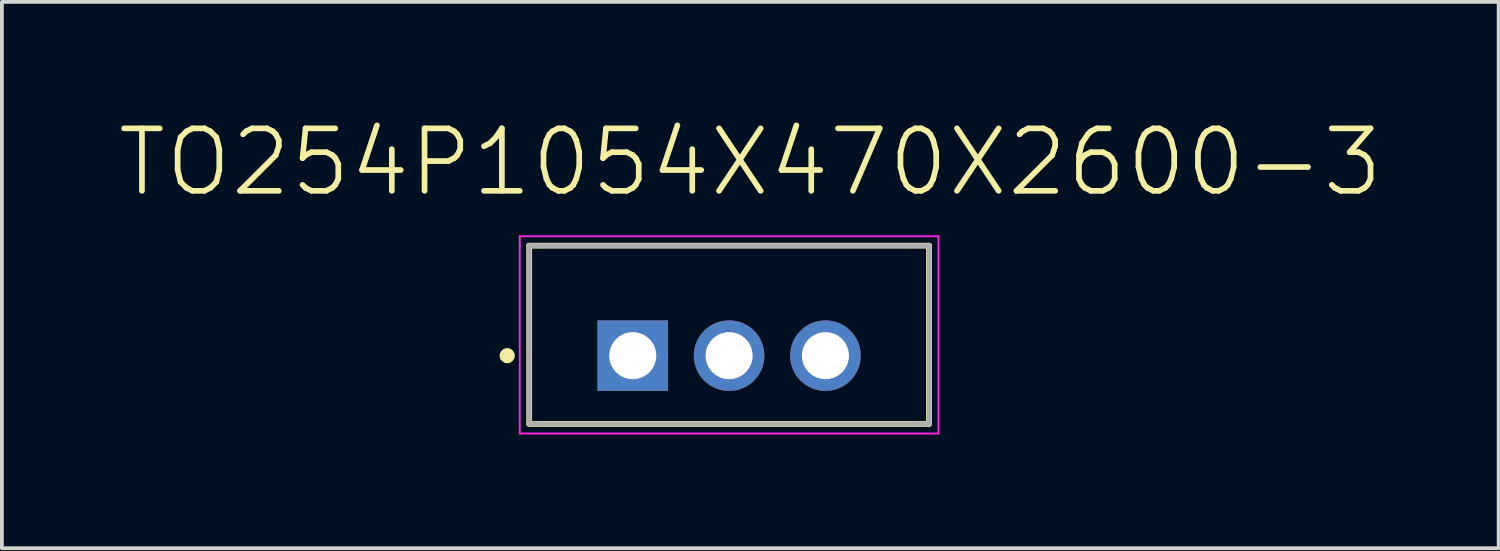
<source format=kicad_pcb>
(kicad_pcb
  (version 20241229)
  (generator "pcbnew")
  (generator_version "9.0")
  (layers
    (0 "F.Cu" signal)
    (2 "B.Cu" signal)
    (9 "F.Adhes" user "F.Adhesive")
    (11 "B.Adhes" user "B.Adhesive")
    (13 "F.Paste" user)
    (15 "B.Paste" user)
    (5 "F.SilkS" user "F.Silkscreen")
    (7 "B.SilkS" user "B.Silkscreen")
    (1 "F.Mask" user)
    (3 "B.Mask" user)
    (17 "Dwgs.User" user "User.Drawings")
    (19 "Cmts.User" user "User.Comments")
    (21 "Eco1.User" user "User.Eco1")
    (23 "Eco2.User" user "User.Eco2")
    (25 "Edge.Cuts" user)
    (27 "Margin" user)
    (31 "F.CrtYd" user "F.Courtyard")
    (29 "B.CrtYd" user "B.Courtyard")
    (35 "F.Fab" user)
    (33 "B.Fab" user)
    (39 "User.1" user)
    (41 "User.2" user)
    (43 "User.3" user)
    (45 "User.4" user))
  (footprint "TO254P1054X470X2600-3"
    (layer "F.Cu")
    (at 13.633 6.327)
    (property "Reference" "TO254P1054X470X2600-3" (at 3.098 -5.1 0) (layer "F.SilkS") (effects (font (size 1.647 1.647) (thickness 0.15))))
    (attr through_hole)
    (fp_line (start -2.73 -2.9) (end 7.81 -2.9) (stroke (width 0.152) (type solid)) (layer "F.SilkS"))
    (fp_line (start -2.73 1.8) (end -2.73 -2.9) (stroke (width 0.152) (type solid)) (layer "F.SilkS"))
    (fp_line (start 7.81 -2.9) (end 7.81 1.8) (stroke (width 0.152) (type solid)) (layer "F.SilkS"))
    (fp_line (start 7.81 1.8) (end -2.73 1.8) (stroke (width 0.152) (type solid)) (layer "F.SilkS"))
    (fp_circle (center -3.31 0) (end -3.21 0) (stroke (width 0.2) (type solid)) (fill no) (layer "F.SilkS"))
    (fp_line (start -2.98 -3.148) (end 8.06 -3.148) (stroke (width 0.05) (type solid)) (layer "F.CrtYd"))
    (fp_line (start -2.98 2.052) (end -2.98 -3.148) (stroke (width 0.05) (type solid)) (layer "F.CrtYd"))
    (fp_line (start 8.06 -3.148) (end 8.06 2.052) (stroke (width 0.05) (type solid)) (layer "F.CrtYd"))
    (fp_line (start 8.06 2.052) (end -2.98 2.052) (stroke (width 0.05) (type solid)) (layer "F.CrtYd"))
    (fp_line (start -2.73 -2.9) (end 7.81 -2.9) (stroke (width 0.127) (type solid)) (layer "F.Fab"))
    (fp_line (start -2.73 1.8) (end -2.73 -2.9) (stroke (width 0.127) (type solid)) (layer "F.Fab"))
    (fp_line (start 7.81 -2.9) (end 7.81 1.8) (stroke (width 0.127) (type solid)) (layer "F.Fab"))
    (fp_line (start 7.81 1.8) (end -2.73 1.8) (stroke (width 0.127) (type solid)) (layer "F.Fab"))
    (pad "1" thru_hole rect (at 0 0) (size 1.86 1.86) (drill 1.24) (layers "*.Cu" "*.Mask"))
    (pad "2" thru_hole circle (at 2.54 0) (size 1.86 1.86) (drill 1.24) (layers "*.Cu" "*.Mask"))
    (pad "3" thru_hole circle (at 5.08 0) (size 1.86 1.86) (drill 1.24) (layers "*.Cu" "*.Mask")))
  (gr_rect
    (start -3 -3)
    (end 36.462 11.404)
    (stroke (width 0.1) (type default))
    (fill no)
    (layer "Edge.Cuts")))
</source>
